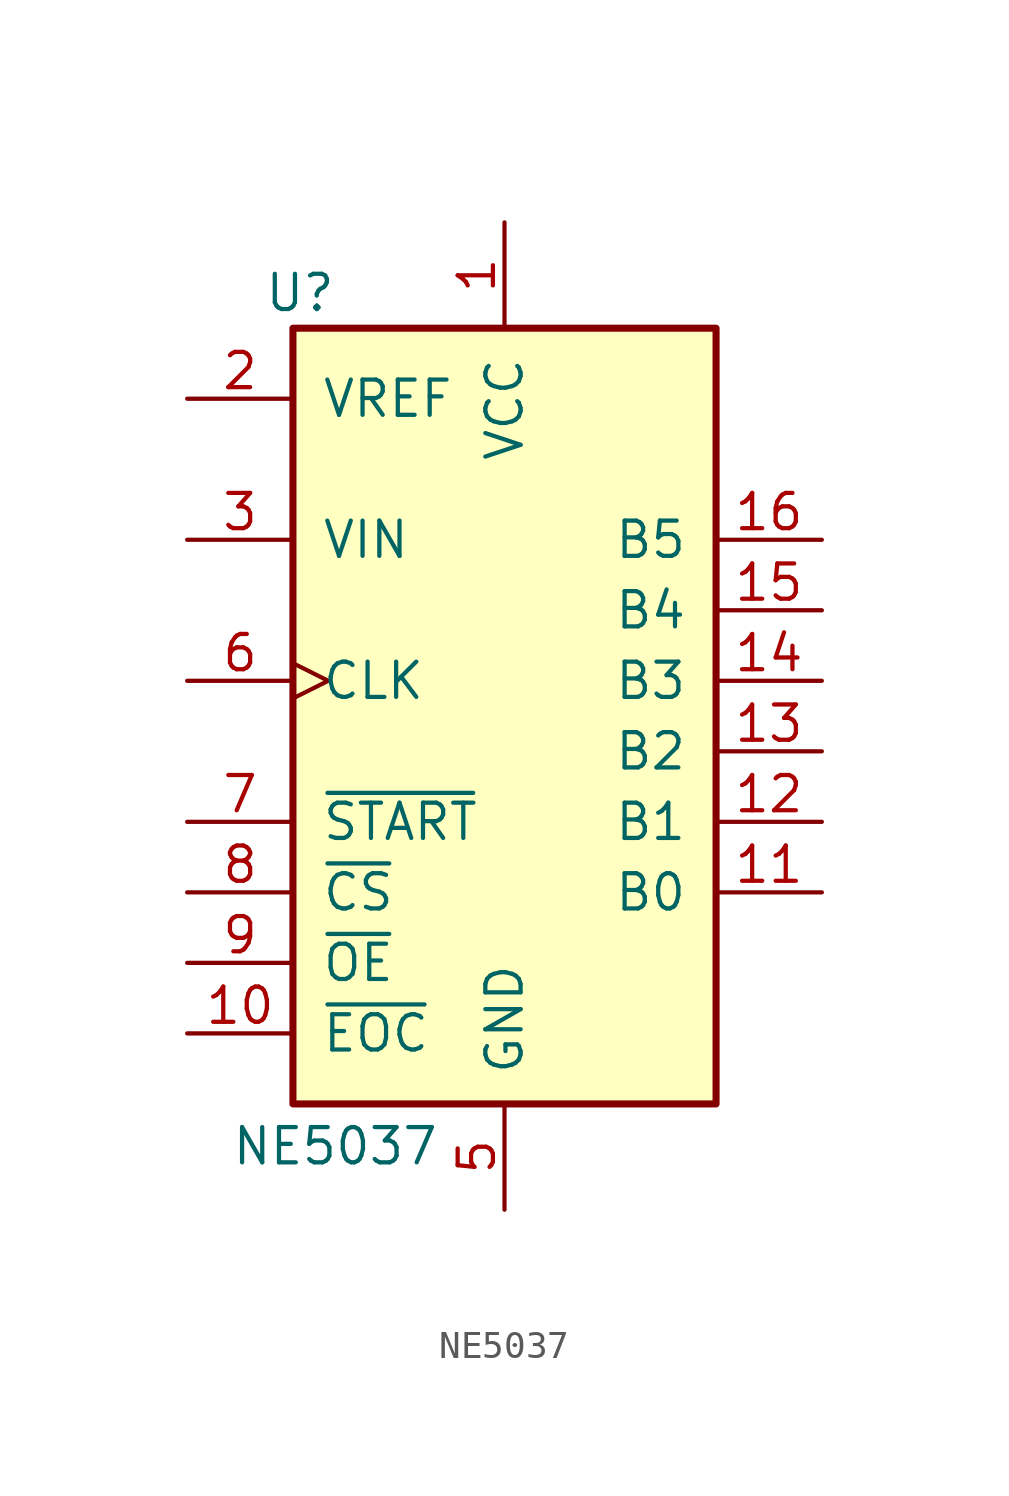
<source format=kicad_sym>
(kicad_symbol_lib
  (version 20231120)
  (generator "kicad_symbol_editor")
  (generator_version "8.0")
  (symbol "NE5037"
    (pin_names
      (offset 1.016))
    (property "Reference" "U"
      (at -7.366 15.24 0)
      (effects (font (size 1.27 1.27))))
    (property "Value" "NE5037"
      (at -6.096 -15.494 0)
      (effects (font (size 1.27 1.27))))
    (symbol "NE5037_1_0"
      (pin power_in line (at 0 17.78 270) (length 3.81) (name "VCC" (effects (font (size 1.27 1.27)))) (number "1" (effects (font (size 1.27 1.27)))))
      (pin output line (at -11.43 -11.43 0) (length 3.81) (name "~{EOC}" (effects (font (size 1.27 1.27)))) (number "10" (effects (font (size 1.27 1.27)))))
      (pin tri_state line (at 11.43 -6.35 180) (length 3.81) (name "B0" (effects (font (size 1.27 1.27)))) (number "11" (effects (font (size 1.27 1.27)))))
      (pin tri_state line (at 11.43 -3.81 180) (length 3.81) (name "B1" (effects (font (size 1.27 1.27)))) (number "12" (effects (font (size 1.27 1.27)))))
      (pin tri_state line (at 11.43 -1.27 180) (length 3.81) (name "B2" (effects (font (size 1.27 1.27)))) (number "13" (effects (font (size 1.27 1.27)))))
      (pin tri_state line (at 11.43 1.27 180) (length 3.81) (name "B3" (effects (font (size 1.27 1.27)))) (number "14" (effects (font (size 1.27 1.27)))))
      (pin tri_state line (at 11.43 3.81 180) (length 3.81) (name "B4" (effects (font (size 1.27 1.27)))) (number "15" (effects (font (size 1.27 1.27)))))
      (pin tri_state line (at 11.43 6.35 180) (length 3.81) (name "B5" (effects (font (size 1.27 1.27)))) (number "16" (effects (font (size 1.27 1.27)))))
      (pin input line (at -11.43 11.43 0) (length 3.81) (name "VREF" (effects (font (size 1.27 1.27)))) (number "2" (effects (font (size 1.27 1.27)))))
      (pin input line (at -11.43 6.35 0) (length 3.81) (name "VIN" (effects (font (size 1.27 1.27)))) (number "3" (effects (font (size 1.27 1.27)))))
      (pin passive line (at 0 -17.78 90) (length 3.81) hide (name "AGND" (effects (font (size 1.27 1.27)))) (number "4" (effects (font (size 1.27 1.27)))))
      (pin power_in line (at 0 -17.78 90) (length 3.81) (name "GND" (effects (font (size 1.27 1.27)))) (number "5" (effects (font (size 1.27 1.27)))))
      (pin input clock (at -11.43 1.27 0) (length 3.81) (name "CLK" (effects (font (size 1.27 1.27)))) (number "6" (effects (font (size 1.27 1.27)))))
      (pin input line (at -11.43 -3.81 0) (length 3.81) (name "~{START}" (effects (font (size 1.27 1.27)))) (number "7" (effects (font (size 1.27 1.27)))))
      (pin input line (at -11.43 -6.35 0) (length 3.81) (name "~{CS}" (effects (font (size 1.27 1.27)))) (number "8" (effects (font (size 1.27 1.27)))))
      (pin input line (at -11.43 -8.89 0) (length 3.81) (name "~{OE}" (effects (font (size 1.27 1.27)))) (number "9" (effects (font (size 1.27 1.27))))))
    (symbol "NE5037_1_1"
      (rectangle (start -7.62 13.97) (end 7.62 -13.97) (stroke (width 0.254) (type default)) (fill (type background))))))
</source>
